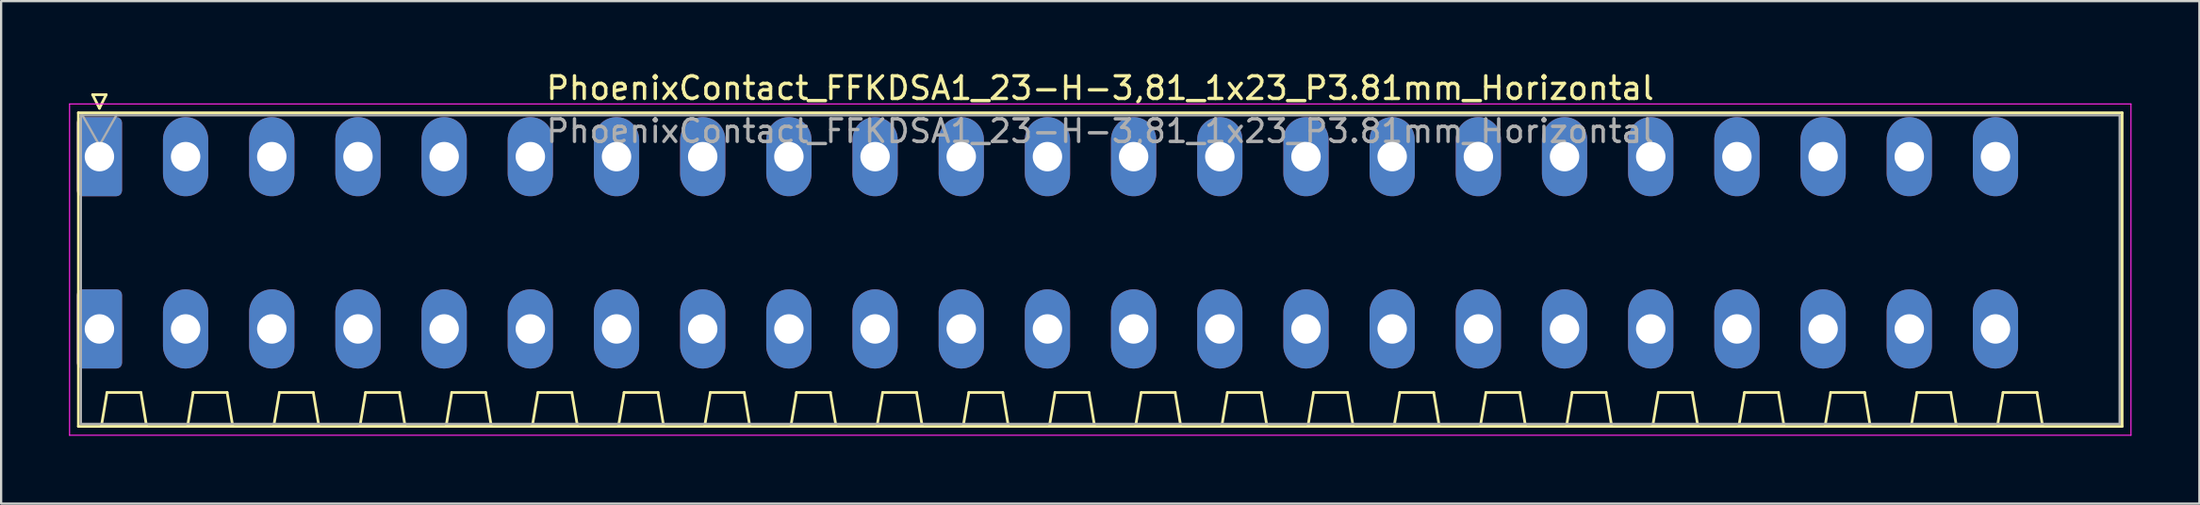
<source format=kicad_pcb>
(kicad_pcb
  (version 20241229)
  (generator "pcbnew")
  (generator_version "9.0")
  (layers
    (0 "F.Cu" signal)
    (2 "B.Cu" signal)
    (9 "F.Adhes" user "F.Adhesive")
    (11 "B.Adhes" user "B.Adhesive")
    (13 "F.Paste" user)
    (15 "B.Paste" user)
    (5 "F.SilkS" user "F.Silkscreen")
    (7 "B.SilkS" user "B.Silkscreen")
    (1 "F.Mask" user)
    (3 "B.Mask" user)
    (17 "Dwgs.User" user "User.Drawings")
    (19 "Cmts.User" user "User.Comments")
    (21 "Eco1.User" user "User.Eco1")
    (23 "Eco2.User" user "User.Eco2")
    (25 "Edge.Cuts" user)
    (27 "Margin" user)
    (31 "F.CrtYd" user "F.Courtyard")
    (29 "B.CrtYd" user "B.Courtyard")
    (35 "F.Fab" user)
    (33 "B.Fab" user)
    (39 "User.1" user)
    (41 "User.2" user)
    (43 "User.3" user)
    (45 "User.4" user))
  (footprint "PhoenixContact_FFKDSA1_23-H-3,81_1x23_P3.81mm_Horizontal"
    (layer "F.Cu")
    (at 1.345 3.878)
    (property "Reference" "PhoenixContact_FFKDSA1_23-H-3,81_1x23_P3.81mm_Horizontal" (at 44.24 -3.03 0) (layer "F.SilkS") (effects (font (size 1 1) (thickness 0.15))))
    (attr through_hole)
    (fp_line (start -0.93 -1.94) (end -0.93 11.93) (stroke (width 0.12) (type solid)) (layer "F.SilkS"))
    (fp_line (start -0.93 11.93) (end 89.42 11.93) (stroke (width 0.12) (type solid)) (layer "F.SilkS"))
    (fp_line (start -0.3 -2.74) (end 0.3 -2.74) (stroke (width 0.12) (type solid)) (layer "F.SilkS"))
    (fp_line (start 0 -2.14) (end -0.3 -2.74) (stroke (width 0.12) (type solid)) (layer "F.SilkS"))
    (fp_line (start 0.085 11.93) (end 2.085 11.93) (stroke (width 0.12) (type solid)) (layer "F.SilkS"))
    (fp_line (start 0.3 -2.74) (end 0 -2.14) (stroke (width 0.12) (type solid)) (layer "F.SilkS"))
    (fp_line (start 0.335 10.43) (end 0.085 11.93) (stroke (width 0.12) (type solid)) (layer "F.SilkS"))
    (fp_line (start 1.835 10.43) (end 0.335 10.43) (stroke (width 0.12) (type solid)) (layer "F.SilkS"))
    (fp_line (start 2.085 11.93) (end 1.835 10.43) (stroke (width 0.12) (type solid)) (layer "F.SilkS"))
    (fp_line (start 3.895 11.93) (end 5.895 11.93) (stroke (width 0.12) (type solid)) (layer "F.SilkS"))
    (fp_line (start 4.145 10.43) (end 3.895 11.93) (stroke (width 0.12) (type solid)) (layer "F.SilkS"))
    (fp_line (start 5.645 10.43) (end 4.145 10.43) (stroke (width 0.12) (type solid)) (layer "F.SilkS"))
    (fp_line (start 5.895 11.93) (end 5.645 10.43) (stroke (width 0.12) (type solid)) (layer "F.SilkS"))
    (fp_line (start 7.705 11.93) (end 9.705 11.93) (stroke (width 0.12) (type solid)) (layer "F.SilkS"))
    (fp_line (start 7.955 10.43) (end 7.705 11.93) (stroke (width 0.12) (type solid)) (layer "F.SilkS"))
    (fp_line (start 9.455 10.43) (end 7.955 10.43) (stroke (width 0.12) (type solid)) (layer "F.SilkS"))
    (fp_line (start 9.705 11.93) (end 9.455 10.43) (stroke (width 0.12) (type solid)) (layer "F.SilkS"))
    (fp_line (start 11.515 11.93) (end 13.515 11.93) (stroke (width 0.12) (type solid)) (layer "F.SilkS"))
    (fp_line (start 11.765 10.43) (end 11.515 11.93) (stroke (width 0.12) (type solid)) (layer "F.SilkS"))
    (fp_line (start 13.265 10.43) (end 11.765 10.43) (stroke (width 0.12) (type solid)) (layer "F.SilkS"))
    (fp_line (start 13.515 11.93) (end 13.265 10.43) (stroke (width 0.12) (type solid)) (layer "F.SilkS"))
    (fp_line (start 15.325 11.93) (end 17.325 11.93) (stroke (width 0.12) (type solid)) (layer "F.SilkS"))
    (fp_line (start 15.575 10.43) (end 15.325 11.93) (stroke (width 0.12) (type solid)) (layer "F.SilkS"))
    (fp_line (start 17.075 10.43) (end 15.575 10.43) (stroke (width 0.12) (type solid)) (layer "F.SilkS"))
    (fp_line (start 17.325 11.93) (end 17.075 10.43) (stroke (width 0.12) (type solid)) (layer "F.SilkS"))
    (fp_line (start 19.135 11.93) (end 21.135 11.93) (stroke (width 0.12) (type solid)) (layer "F.SilkS"))
    (fp_line (start 19.385 10.43) (end 19.135 11.93) (stroke (width 0.12) (type solid)) (layer "F.SilkS"))
    (fp_line (start 20.885 10.43) (end 19.385 10.43) (stroke (width 0.12) (type solid)) (layer "F.SilkS"))
    (fp_line (start 21.135 11.93) (end 20.885 10.43) (stroke (width 0.12) (type solid)) (layer "F.SilkS"))
    (fp_line (start 22.945 11.93) (end 24.945 11.93) (stroke (width 0.12) (type solid)) (layer "F.SilkS"))
    (fp_line (start 23.195 10.43) (end 22.945 11.93) (stroke (width 0.12) (type solid)) (layer "F.SilkS"))
    (fp_line (start 24.695 10.43) (end 23.195 10.43) (stroke (width 0.12) (type solid)) (layer "F.SilkS"))
    (fp_line (start 24.945 11.93) (end 24.695 10.43) (stroke (width 0.12) (type solid)) (layer "F.SilkS"))
    (fp_line (start 26.755 11.93) (end 28.755 11.93) (stroke (width 0.12) (type solid)) (layer "F.SilkS"))
    (fp_line (start 27.005 10.43) (end 26.755 11.93) (stroke (width 0.12) (type solid)) (layer "F.SilkS"))
    (fp_line (start 28.505 10.43) (end 27.005 10.43) (stroke (width 0.12) (type solid)) (layer "F.SilkS"))
    (fp_line (start 28.755 11.93) (end 28.505 10.43) (stroke (width 0.12) (type solid)) (layer "F.SilkS"))
    (fp_line (start 30.565 11.93) (end 32.565 11.93) (stroke (width 0.12) (type solid)) (layer "F.SilkS"))
    (fp_line (start 30.815 10.43) (end 30.565 11.93) (stroke (width 0.12) (type solid)) (layer "F.SilkS"))
    (fp_line (start 32.315 10.43) (end 30.815 10.43) (stroke (width 0.12) (type solid)) (layer "F.SilkS"))
    (fp_line (start 32.565 11.93) (end 32.315 10.43) (stroke (width 0.12) (type solid)) (layer "F.SilkS"))
    (fp_line (start 34.375 11.93) (end 36.375 11.93) (stroke (width 0.12) (type solid)) (layer "F.SilkS"))
    (fp_line (start 34.625 10.43) (end 34.375 11.93) (stroke (width 0.12) (type solid)) (layer "F.SilkS"))
    (fp_line (start 36.125 10.43) (end 34.625 10.43) (stroke (width 0.12) (type solid)) (layer "F.SilkS"))
    (fp_line (start 36.375 11.93) (end 36.125 10.43) (stroke (width 0.12) (type solid)) (layer "F.SilkS"))
    (fp_line (start 38.185 11.93) (end 40.185 11.93) (stroke (width 0.12) (type solid)) (layer "F.SilkS"))
    (fp_line (start 38.435 10.43) (end 38.185 11.93) (stroke (width 0.12) (type solid)) (layer "F.SilkS"))
    (fp_line (start 39.935 10.43) (end 38.435 10.43) (stroke (width 0.12) (type solid)) (layer "F.SilkS"))
    (fp_line (start 40.185 11.93) (end 39.935 10.43) (stroke (width 0.12) (type solid)) (layer "F.SilkS"))
    (fp_line (start 41.995 11.93) (end 43.995 11.93) (stroke (width 0.12) (type solid)) (layer "F.SilkS"))
    (fp_line (start 42.245 10.43) (end 41.995 11.93) (stroke (width 0.12) (type solid)) (layer "F.SilkS"))
    (fp_line (start 43.745 10.43) (end 42.245 10.43) (stroke (width 0.12) (type solid)) (layer "F.SilkS"))
    (fp_line (start 43.995 11.93) (end 43.745 10.43) (stroke (width 0.12) (type solid)) (layer "F.SilkS"))
    (fp_line (start 45.805 11.93) (end 47.805 11.93) (stroke (width 0.12) (type solid)) (layer "F.SilkS"))
    (fp_line (start 46.055 10.43) (end 45.805 11.93) (stroke (width 0.12) (type solid)) (layer "F.SilkS"))
    (fp_line (start 47.555 10.43) (end 46.055 10.43) (stroke (width 0.12) (type solid)) (layer "F.SilkS"))
    (fp_line (start 47.805 11.93) (end 47.555 10.43) (stroke (width 0.12) (type solid)) (layer "F.SilkS"))
    (fp_line (start 49.615 11.93) (end 51.615 11.93) (stroke (width 0.12) (type solid)) (layer "F.SilkS"))
    (fp_line (start 49.865 10.43) (end 49.615 11.93) (stroke (width 0.12) (type solid)) (layer "F.SilkS"))
    (fp_line (start 51.365 10.43) (end 49.865 10.43) (stroke (width 0.12) (type solid)) (layer "F.SilkS"))
    (fp_line (start 51.615 11.93) (end 51.365 10.43) (stroke (width 0.12) (type solid)) (layer "F.SilkS"))
    (fp_line (start 53.425 11.93) (end 55.425 11.93) (stroke (width 0.12) (type solid)) (layer "F.SilkS"))
    (fp_line (start 53.675 10.43) (end 53.425 11.93) (stroke (width 0.12) (type solid)) (layer "F.SilkS"))
    (fp_line (start 55.175 10.43) (end 53.675 10.43) (stroke (width 0.12) (type solid)) (layer "F.SilkS"))
    (fp_line (start 55.425 11.93) (end 55.175 10.43) (stroke (width 0.12) (type solid)) (layer "F.SilkS"))
    (fp_line (start 57.235 11.93) (end 59.235 11.93) (stroke (width 0.12) (type solid)) (layer "F.SilkS"))
    (fp_line (start 57.485 10.43) (end 57.235 11.93) (stroke (width 0.12) (type solid)) (layer "F.SilkS"))
    (fp_line (start 58.985 10.43) (end 57.485 10.43) (stroke (width 0.12) (type solid)) (layer "F.SilkS"))
    (fp_line (start 59.235 11.93) (end 58.985 10.43) (stroke (width 0.12) (type solid)) (layer "F.SilkS"))
    (fp_line (start 61.045 11.93) (end 63.045 11.93) (stroke (width 0.12) (type solid)) (layer "F.SilkS"))
    (fp_line (start 61.295 10.43) (end 61.045 11.93) (stroke (width 0.12) (type solid)) (layer "F.SilkS"))
    (fp_line (start 62.795 10.43) (end 61.295 10.43) (stroke (width 0.12) (type solid)) (layer "F.SilkS"))
    (fp_line (start 63.045 11.93) (end 62.795 10.43) (stroke (width 0.12) (type solid)) (layer "F.SilkS"))
    (fp_line (start 64.855 11.93) (end 66.855 11.93) (stroke (width 0.12) (type solid)) (layer "F.SilkS"))
    (fp_line (start 65.105 10.43) (end 64.855 11.93) (stroke (width 0.12) (type solid)) (layer "F.SilkS"))
    (fp_line (start 66.605 10.43) (end 65.105 10.43) (stroke (width 0.12) (type solid)) (layer "F.SilkS"))
    (fp_line (start 66.855 11.93) (end 66.605 10.43) (stroke (width 0.12) (type solid)) (layer "F.SilkS"))
    (fp_line (start 68.665 11.93) (end 70.665 11.93) (stroke (width 0.12) (type solid)) (layer "F.SilkS"))
    (fp_line (start 68.915 10.43) (end 68.665 11.93) (stroke (width 0.12) (type solid)) (layer "F.SilkS"))
    (fp_line (start 70.415 10.43) (end 68.915 10.43) (stroke (width 0.12) (type solid)) (layer "F.SilkS"))
    (fp_line (start 70.665 11.93) (end 70.415 10.43) (stroke (width 0.12) (type solid)) (layer "F.SilkS"))
    (fp_line (start 72.475 11.93) (end 74.475 11.93) (stroke (width 0.12) (type solid)) (layer "F.SilkS"))
    (fp_line (start 72.725 10.43) (end 72.475 11.93) (stroke (width 0.12) (type solid)) (layer "F.SilkS"))
    (fp_line (start 74.225 10.43) (end 72.725 10.43) (stroke (width 0.12) (type solid)) (layer "F.SilkS"))
    (fp_line (start 74.475 11.93) (end 74.225 10.43) (stroke (width 0.12) (type solid)) (layer "F.SilkS"))
    (fp_line (start 76.285 11.93) (end 78.285 11.93) (stroke (width 0.12) (type solid)) (layer "F.SilkS"))
    (fp_line (start 76.535 10.43) (end 76.285 11.93) (stroke (width 0.12) (type solid)) (layer "F.SilkS"))
    (fp_line (start 78.035 10.43) (end 76.535 10.43) (stroke (width 0.12) (type solid)) (layer "F.SilkS"))
    (fp_line (start 78.285 11.93) (end 78.035 10.43) (stroke (width 0.12) (type solid)) (layer "F.SilkS"))
    (fp_line (start 80.095 11.93) (end 82.095 11.93) (stroke (width 0.12) (type solid)) (layer "F.SilkS"))
    (fp_line (start 80.345 10.43) (end 80.095 11.93) (stroke (width 0.12) (type solid)) (layer "F.SilkS"))
    (fp_line (start 81.845 10.43) (end 80.345 10.43) (stroke (width 0.12) (type solid)) (layer "F.SilkS"))
    (fp_line (start 82.095 11.93) (end 81.845 10.43) (stroke (width 0.12) (type solid)) (layer "F.SilkS"))
    (fp_line (start 83.905 11.93) (end 85.905 11.93) (stroke (width 0.12) (type solid)) (layer "F.SilkS"))
    (fp_line (start 84.155 10.43) (end 83.905 11.93) (stroke (width 0.12) (type solid)) (layer "F.SilkS"))
    (fp_line (start 85.655 10.43) (end 84.155 10.43) (stroke (width 0.12) (type solid)) (layer "F.SilkS"))
    (fp_line (start 85.905 11.93) (end 85.655 10.43) (stroke (width 0.12) (type solid)) (layer "F.SilkS"))
    (fp_line (start 89.42 -1.94) (end -0.93 -1.94) (stroke (width 0.12) (type solid)) (layer "F.SilkS"))
    (fp_line (start 89.42 11.93) (end 89.42 -1.94) (stroke (width 0.12) (type solid)) (layer "F.SilkS"))
    (fp_line (start -1.32 -2.33) (end -1.32 12.32) (stroke (width 0.05) (type solid)) (layer "F.CrtYd"))
    (fp_line (start -1.32 12.32) (end 89.81 12.32) (stroke (width 0.05) (type solid)) (layer "F.CrtYd"))
    (fp_line (start 89.81 -2.33) (end -1.32 -2.33) (stroke (width 0.05) (type solid)) (layer "F.CrtYd"))
    (fp_line (start 89.81 12.32) (end 89.81 -2.33) (stroke (width 0.05) (type solid)) (layer "F.CrtYd"))
    (fp_line (start -0.82 -1.83) (end -0.82 11.82) (stroke (width 0.1) (type solid)) (layer "F.Fab"))
    (fp_line (start -0.82 11.82) (end 89.31 11.82) (stroke (width 0.1) (type solid)) (layer "F.Fab"))
    (fp_line (start 0 -0.5) (end -0.75 -1.83) (stroke (width 0.1) (type solid)) (layer "F.Fab"))
    (fp_line (start 0.75 -1.83) (end 0 -0.5) (stroke (width 0.1) (type solid)) (layer "F.Fab"))
    (fp_line (start 89.31 -1.83) (end -0.82 -1.83) (stroke (width 0.1) (type solid)) (layer "F.Fab"))
    (fp_line (start 89.31 11.82) (end 89.31 -1.83) (stroke (width 0.1) (type solid)) (layer "F.Fab"))
    (fp_text user "${REFERENCE}" (at 44.24 -1.13 0) (layer "F.Fab") (effects (font (size 1 1) (thickness 0.15))))
    (pad "1" thru_hole roundrect (at 0 0) (size 2 3.5) (drill 1.3) (layers "*.Cu" "*.Mask") (roundrect_rratio 0.125))
    (pad "1" thru_hole roundrect (at 0 7.62) (size 2 3.5) (drill 1.3) (layers "*.Cu" "*.Mask") (roundrect_rratio 0.125))
    (pad "2" thru_hole oval (at 3.81 0) (size 2 3.5) (drill 1.3) (layers "*.Cu" "*.Mask"))
    (pad "2" thru_hole oval (at 3.81 7.62) (size 2 3.5) (drill 1.3) (layers "*.Cu" "*.Mask"))
    (pad "3" thru_hole oval (at 7.62 0) (size 2 3.5) (drill 1.3) (layers "*.Cu" "*.Mask"))
    (pad "3" thru_hole oval (at 7.62 7.62) (size 2 3.5) (drill 1.3) (layers "*.Cu" "*.Mask"))
    (pad "4" thru_hole oval (at 11.43 0) (size 2 3.5) (drill 1.3) (layers "*.Cu" "*.Mask"))
    (pad "4" thru_hole oval (at 11.43 7.62) (size 2 3.5) (drill 1.3) (layers "*.Cu" "*.Mask"))
    (pad "5" thru_hole oval (at 15.24 0) (size 2 3.5) (drill 1.3) (layers "*.Cu" "*.Mask"))
    (pad "5" thru_hole oval (at 15.24 7.62) (size 2 3.5) (drill 1.3) (layers "*.Cu" "*.Mask"))
    (pad "6" thru_hole oval (at 19.05 0) (size 2 3.5) (drill 1.3) (layers "*.Cu" "*.Mask"))
    (pad "6" thru_hole oval (at 19.05 7.62) (size 2 3.5) (drill 1.3) (layers "*.Cu" "*.Mask"))
    (pad "7" thru_hole oval (at 22.86 0) (size 2 3.5) (drill 1.3) (layers "*.Cu" "*.Mask"))
    (pad "7" thru_hole oval (at 22.86 7.62) (size 2 3.5) (drill 1.3) (layers "*.Cu" "*.Mask"))
    (pad "8" thru_hole oval (at 26.67 0) (size 2 3.5) (drill 1.3) (layers "*.Cu" "*.Mask"))
    (pad "8" thru_hole oval (at 26.67 7.62) (size 2 3.5) (drill 1.3) (layers "*.Cu" "*.Mask"))
    (pad "9" thru_hole oval (at 30.48 0) (size 2 3.5) (drill 1.3) (layers "*.Cu" "*.Mask"))
    (pad "9" thru_hole oval (at 30.48 7.62) (size 2 3.5) (drill 1.3) (layers "*.Cu" "*.Mask"))
    (pad "10" thru_hole oval (at 34.29 0) (size 2 3.5) (drill 1.3) (layers "*.Cu" "*.Mask"))
    (pad "10" thru_hole oval (at 34.29 7.62) (size 2 3.5) (drill 1.3) (layers "*.Cu" "*.Mask"))
    (pad "11" thru_hole oval (at 38.1 0) (size 2 3.5) (drill 1.3) (layers "*.Cu" "*.Mask"))
    (pad "11" thru_hole oval (at 38.1 7.62) (size 2 3.5) (drill 1.3) (layers "*.Cu" "*.Mask"))
    (pad "12" thru_hole oval (at 41.91 0) (size 2 3.5) (drill 1.3) (layers "*.Cu" "*.Mask"))
    (pad "12" thru_hole oval (at 41.91 7.62) (size 2 3.5) (drill 1.3) (layers "*.Cu" "*.Mask"))
    (pad "13" thru_hole oval (at 45.72 0) (size 2 3.5) (drill 1.3) (layers "*.Cu" "*.Mask"))
    (pad "13" thru_hole oval (at 45.72 7.62) (size 2 3.5) (drill 1.3) (layers "*.Cu" "*.Mask"))
    (pad "14" thru_hole oval (at 49.53 0) (size 2 3.5) (drill 1.3) (layers "*.Cu" "*.Mask"))
    (pad "14" thru_hole oval (at 49.53 7.62) (size 2 3.5) (drill 1.3) (layers "*.Cu" "*.Mask"))
    (pad "15" thru_hole oval (at 53.34 0) (size 2 3.5) (drill 1.3) (layers "*.Cu" "*.Mask"))
    (pad "15" thru_hole oval (at 53.34 7.62) (size 2 3.5) (drill 1.3) (layers "*.Cu" "*.Mask"))
    (pad "16" thru_hole oval (at 57.15 0) (size 2 3.5) (drill 1.3) (layers "*.Cu" "*.Mask"))
    (pad "16" thru_hole oval (at 57.15 7.62) (size 2 3.5) (drill 1.3) (layers "*.Cu" "*.Mask"))
    (pad "17" thru_hole oval (at 60.96 0) (size 2 3.5) (drill 1.3) (layers "*.Cu" "*.Mask"))
    (pad "17" thru_hole oval (at 60.96 7.62) (size 2 3.5) (drill 1.3) (layers "*.Cu" "*.Mask"))
    (pad "18" thru_hole oval (at 64.77 0) (size 2 3.5) (drill 1.3) (layers "*.Cu" "*.Mask"))
    (pad "18" thru_hole oval (at 64.77 7.62) (size 2 3.5) (drill 1.3) (layers "*.Cu" "*.Mask"))
    (pad "19" thru_hole oval (at 68.58 0) (size 2 3.5) (drill 1.3) (layers "*.Cu" "*.Mask"))
    (pad "19" thru_hole oval (at 68.58 7.62) (size 2 3.5) (drill 1.3) (layers "*.Cu" "*.Mask"))
    (pad "20" thru_hole oval (at 72.39 0) (size 2 3.5) (drill 1.3) (layers "*.Cu" "*.Mask"))
    (pad "20" thru_hole oval (at 72.39 7.62) (size 2 3.5) (drill 1.3) (layers "*.Cu" "*.Mask"))
    (pad "21" thru_hole oval (at 76.2 0) (size 2 3.5) (drill 1.3) (layers "*.Cu" "*.Mask"))
    (pad "21" thru_hole oval (at 76.2 7.62) (size 2 3.5) (drill 1.3) (layers "*.Cu" "*.Mask"))
    (pad "22" thru_hole oval (at 80.01 0) (size 2 3.5) (drill 1.3) (layers "*.Cu" "*.Mask"))
    (pad "22" thru_hole oval (at 80.01 7.62) (size 2 3.5) (drill 1.3) (layers "*.Cu" "*.Mask"))
    (pad "23" thru_hole oval (at 83.82 0) (size 2 3.5) (drill 1.3) (layers "*.Cu" "*.Mask"))
    (pad "23" thru_hole oval (at 83.82 7.62) (size 2 3.5) (drill 1.3) (layers "*.Cu" "*.Mask")))
  (gr_rect
    (start -3 -3)
    (end 94.18 19.223)
    (stroke (width 0.1) (type default))
    (fill no)
    (layer "Edge.Cuts")))
</source>
